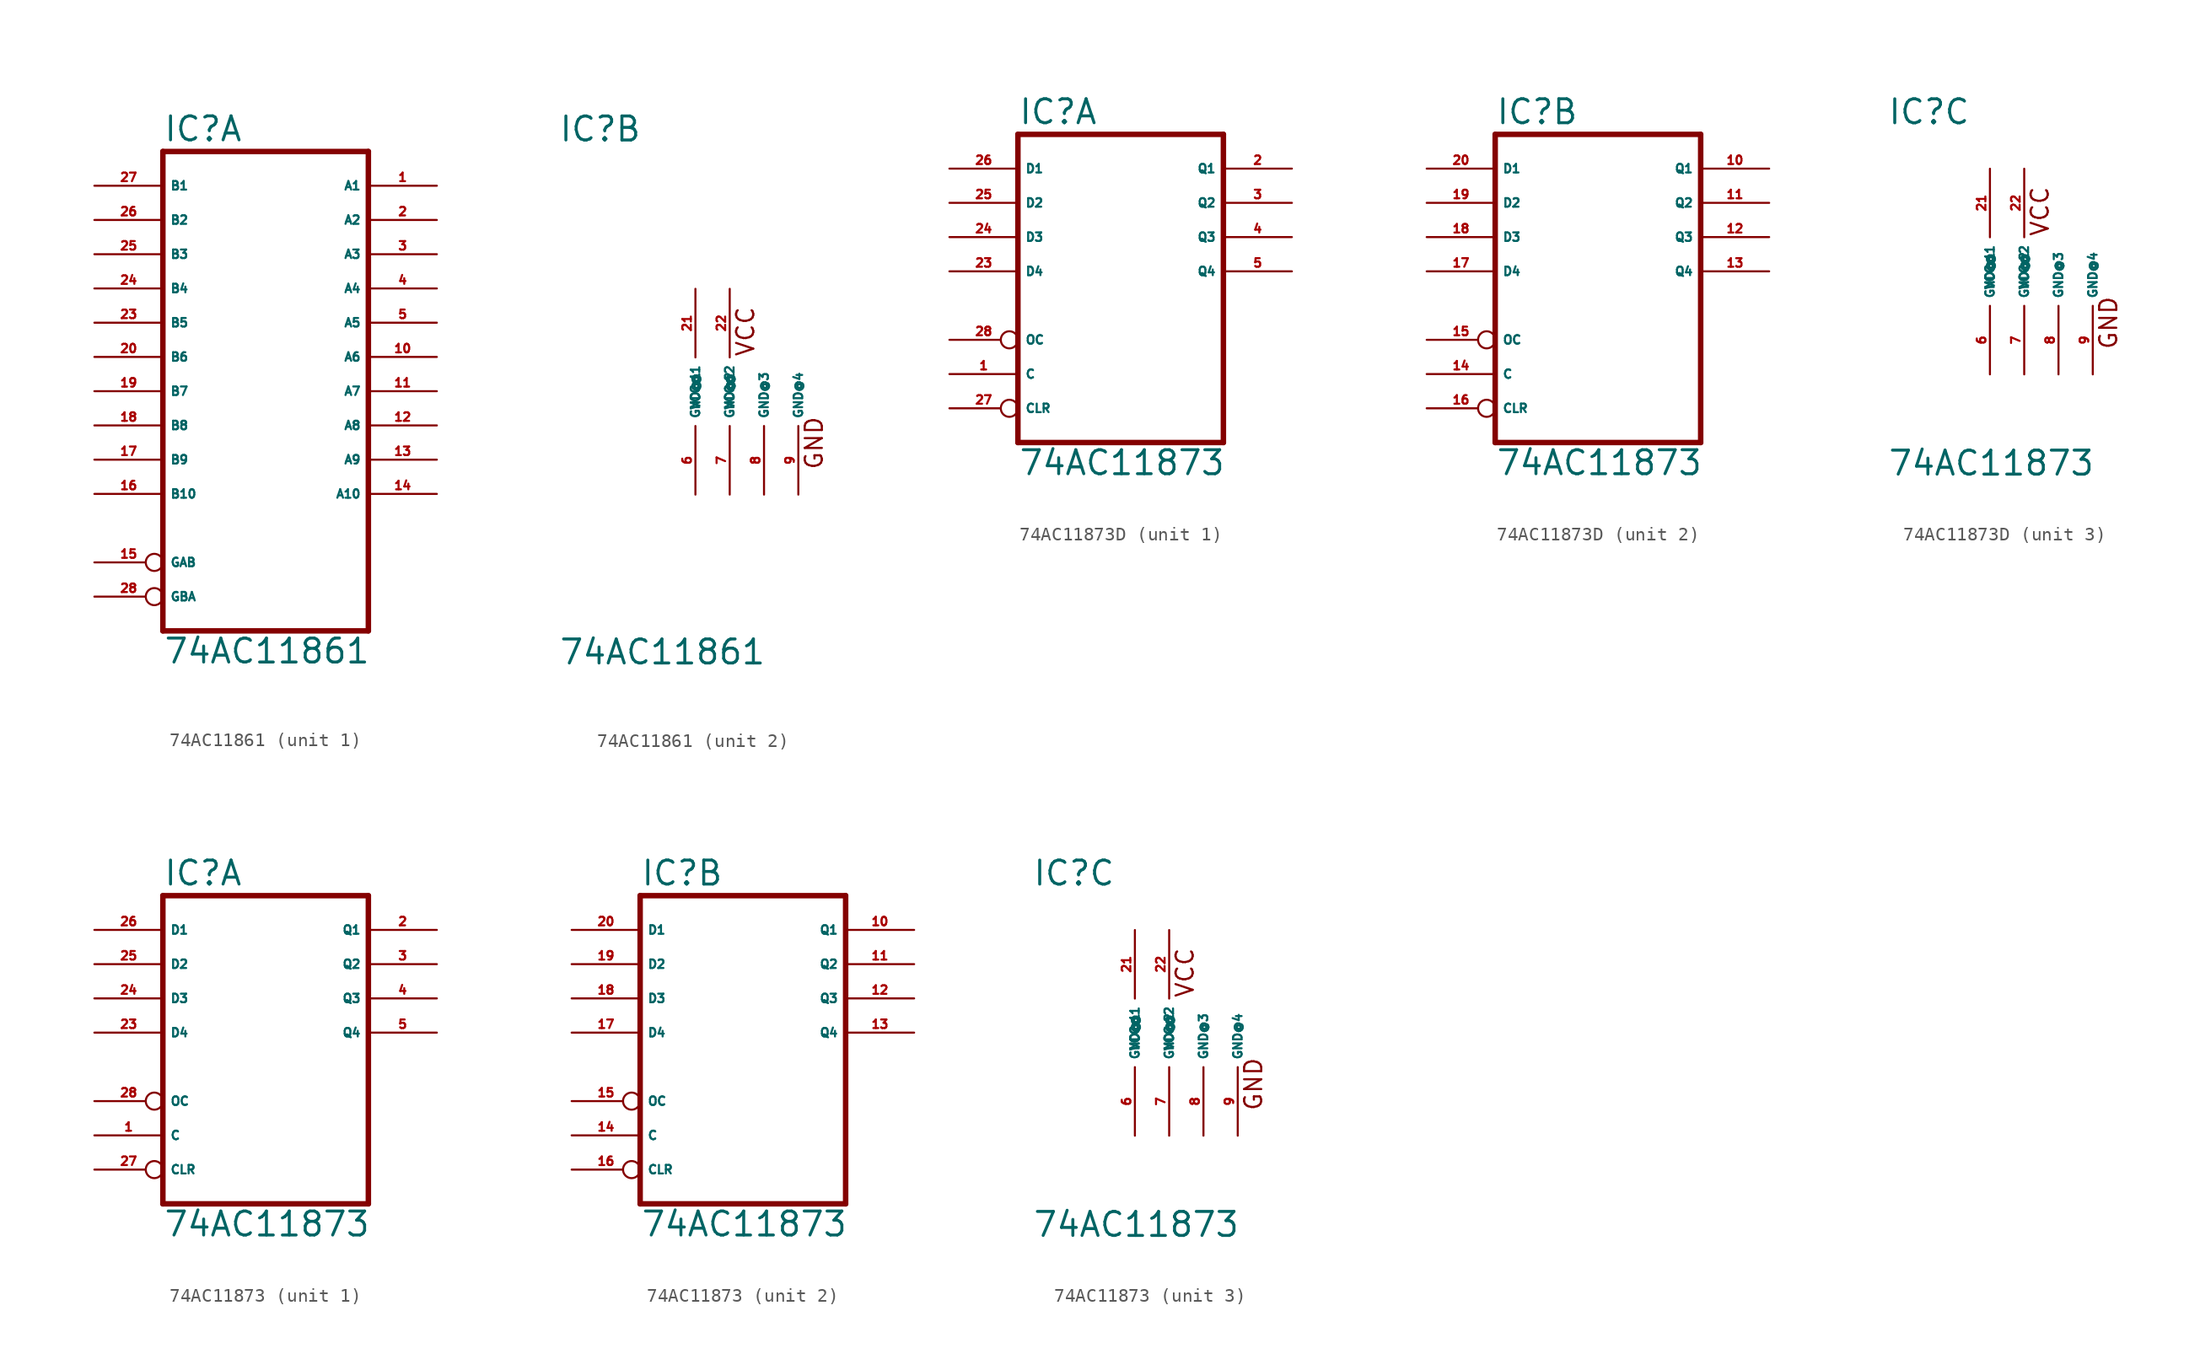
<source format=kicad_sym>
(kicad_symbol_lib
  (version 20220914)
  (generator Eagle2Kicad)
  (symbol "74AC11861"
    (property "Reference" "IC"
      (at -10.16 18.415 0)
      (effects (font (size 1.778 1.778) (thickness 0.22)) (justify left bottom)))
    (property "Value" "74AC11861"
      (at -10.16 -20.32 0)
      (effects (font (size 1.778 1.778) (thickness 0.22)) (justify left bottom)))
    (symbol "74AC11861_1_0"
      (polyline (pts (xy -10.16 -17.78) (xy 5.08 -17.78)) (stroke (width 0.406) (type default)) (fill (type none)))
      (polyline (pts (xy 5.08 -17.78) (xy 5.08 17.78)) (stroke (width 0.406) (type default)) (fill (type none)))
      (polyline (pts (xy 5.08 17.78) (xy -10.16 17.78)) (stroke (width 0.406) (type default)) (fill (type none)))
      (polyline (pts (xy -10.16 17.78) (xy -10.16 -17.78)) (stroke (width 0.406) (type default)) (fill (type none)))
      (pin tri_state line (at 10.16 15.24 180) (length 5.08) (name "A1" (effects (font (size 0.635 0.635) (thickness 0.08)) (justify left bottom))) (number "1" (effects (font (size 0.635 0.635) (thickness 0.08)) (justify left bottom))))
      (pin tri_state line (at 10.16 12.7 180) (length 5.08) (name "A2" (effects (font (size 0.635 0.635) (thickness 0.08)) (justify left bottom))) (number "2" (effects (font (size 0.635 0.635) (thickness 0.08)) (justify left bottom))))
      (pin tri_state line (at 10.16 10.16 180) (length 5.08) (name "A3" (effects (font (size 0.635 0.635) (thickness 0.08)) (justify left bottom))) (number "3" (effects (font (size 0.635 0.635) (thickness 0.08)) (justify left bottom))))
      (pin tri_state line (at 10.16 7.62 180) (length 5.08) (name "A4" (effects (font (size 0.635 0.635) (thickness 0.08)) (justify left bottom))) (number "4" (effects (font (size 0.635 0.635) (thickness 0.08)) (justify left bottom))))
      (pin tri_state line (at 10.16 5.08 180) (length 5.08) (name "A5" (effects (font (size 0.635 0.635) (thickness 0.08)) (justify left bottom))) (number "5" (effects (font (size 0.635 0.635) (thickness 0.08)) (justify left bottom))))
      (pin tri_state line (at 10.16 2.54 180) (length 5.08) (name "A6" (effects (font (size 0.635 0.635) (thickness 0.08)) (justify left bottom))) (number "10" (effects (font (size 0.635 0.635) (thickness 0.08)) (justify left bottom))))
      (pin tri_state line (at 10.16 0 180) (length 5.08) (name "A7" (effects (font (size 0.635 0.635) (thickness 0.08)) (justify left bottom))) (number "11" (effects (font (size 0.635 0.635) (thickness 0.08)) (justify left bottom))))
      (pin tri_state line (at 10.16 -2.54 180) (length 5.08) (name "A8" (effects (font (size 0.635 0.635) (thickness 0.08)) (justify left bottom))) (number "12" (effects (font (size 0.635 0.635) (thickness 0.08)) (justify left bottom))))
      (pin tri_state line (at 10.16 -5.08 180) (length 5.08) (name "A9" (effects (font (size 0.635 0.635) (thickness 0.08)) (justify left bottom))) (number "13" (effects (font (size 0.635 0.635) (thickness 0.08)) (justify left bottom))))
      (pin tri_state line (at 10.16 -7.62 180) (length 5.08) (name "A10" (effects (font (size 0.635 0.635) (thickness 0.08)) (justify left bottom))) (number "14" (effects (font (size 0.635 0.635) (thickness 0.08)) (justify left bottom))))
      (pin input inverted (at -15.24 -12.7 0) (length 5.08) (name "GAB" (effects (font (size 0.635 0.635) (thickness 0.08)) (justify left bottom))) (number "15" (effects (font (size 0.635 0.635) (thickness 0.08)) (justify left bottom))))
      (pin input line (at -15.24 -7.62 0) (length 5.08) (name "B10" (effects (font (size 0.635 0.635) (thickness 0.08)) (justify left bottom))) (number "16" (effects (font (size 0.635 0.635) (thickness 0.08)) (justify left bottom))))
      (pin input line (at -15.24 -5.08 0) (length 5.08) (name "B9" (effects (font (size 0.635 0.635) (thickness 0.08)) (justify left bottom))) (number "17" (effects (font (size 0.635 0.635) (thickness 0.08)) (justify left bottom))))
      (pin input line (at -15.24 -2.54 0) (length 5.08) (name "B8" (effects (font (size 0.635 0.635) (thickness 0.08)) (justify left bottom))) (number "18" (effects (font (size 0.635 0.635) (thickness 0.08)) (justify left bottom))))
      (pin input line (at -15.24 0 0) (length 5.08) (name "B7" (effects (font (size 0.635 0.635) (thickness 0.08)) (justify left bottom))) (number "19" (effects (font (size 0.635 0.635) (thickness 0.08)) (justify left bottom))))
      (pin input line (at -15.24 2.54 0) (length 5.08) (name "B6" (effects (font (size 0.635 0.635) (thickness 0.08)) (justify left bottom))) (number "20" (effects (font (size 0.635 0.635) (thickness 0.08)) (justify left bottom))))
      (pin input line (at -15.24 5.08 0) (length 5.08) (name "B5" (effects (font (size 0.635 0.635) (thickness 0.08)) (justify left bottom))) (number "23" (effects (font (size 0.635 0.635) (thickness 0.08)) (justify left bottom))))
      (pin input line (at -15.24 7.62 0) (length 5.08) (name "B4" (effects (font (size 0.635 0.635) (thickness 0.08)) (justify left bottom))) (number "24" (effects (font (size 0.635 0.635) (thickness 0.08)) (justify left bottom))))
      (pin input line (at -15.24 10.16 0) (length 5.08) (name "B3" (effects (font (size 0.635 0.635) (thickness 0.08)) (justify left bottom))) (number "25" (effects (font (size 0.635 0.635) (thickness 0.08)) (justify left bottom))))
      (pin input line (at -15.24 12.7 0) (length 5.08) (name "B2" (effects (font (size 0.635 0.635) (thickness 0.08)) (justify left bottom))) (number "26" (effects (font (size 0.635 0.635) (thickness 0.08)) (justify left bottom))))
      (pin input line (at -15.24 15.24 0) (length 5.08) (name "B1" (effects (font (size 0.635 0.635) (thickness 0.08)) (justify left bottom))) (number "27" (effects (font (size 0.635 0.635) (thickness 0.08)) (justify left bottom))))
      (pin input inverted (at -15.24 -15.24 0) (length 5.08) (name "GBA" (effects (font (size 0.635 0.635) (thickness 0.08)) (justify left bottom))) (number "28" (effects (font (size 0.635 0.635) (thickness 0.08)) (justify left bottom)))))
    (symbol "74AC11861_2_0"
      (text "VCC" (at 4.445 2.54 900) (effects (font (size 1.27 1.27) (thickness 0.16)) (justify left bottom)))
      (text "GND" (at 9.525 -5.842 900) (effects (font (size 1.27 1.27) (thickness 0.16)) (justify left bottom)))
      (pin unspecified line (at 0 -7.62 90) (length 5.08) (name "GND@1" (effects (font (size 0.635 0.635) (thickness 0.08)) (justify left bottom))) (number "6" (effects (font (size 0.635 0.635) (thickness 0.08)) (justify left bottom))))
      (pin unspecified line (at 2.54 -7.62 90) (length 5.08) (name "GND@2" (effects (font (size 0.635 0.635) (thickness 0.08)) (justify left bottom))) (number "7" (effects (font (size 0.635 0.635) (thickness 0.08)) (justify left bottom))))
      (pin unspecified line (at 5.08 -7.62 90) (length 5.08) (name "GND@3" (effects (font (size 0.635 0.635) (thickness 0.08)) (justify left bottom))) (number "8" (effects (font (size 0.635 0.635) (thickness 0.08)) (justify left bottom))))
      (pin unspecified line (at 7.62 -7.62 90) (length 5.08) (name "GND@4" (effects (font (size 0.635 0.635) (thickness 0.08)) (justify left bottom))) (number "9" (effects (font (size 0.635 0.635) (thickness 0.08)) (justify left bottom))))
      (pin unspecified line (at 0 7.62 270) (length 5.08) (name "VCC@1" (effects (font (size 0.635 0.635) (thickness 0.08)) (justify left bottom))) (number "21" (effects (font (size 0.635 0.635) (thickness 0.08)) (justify left bottom))))
      (pin unspecified line (at 2.54 7.62 270) (length 5.08) (name "VCC@2" (effects (font (size 0.635 0.635) (thickness 0.08)) (justify left bottom))) (number "22" (effects (font (size 0.635 0.635) (thickness 0.08)) (justify left bottom))))))
  (symbol "74AC11873D"
    (property "Reference" "IC"
      (at -7.62 10.795 0)
      (effects (font (size 1.778 1.778) (thickness 0.22)) (justify left bottom)))
    (property "Value" "74AC11873"
      (at -7.62 -15.24 0)
      (effects (font (size 1.778 1.778) (thickness 0.22)) (justify left bottom)))
    (symbol "74AC11873D_1_0"
      (polyline (pts (xy -7.62 10.16) (xy -7.62 -12.7)) (stroke (width 0.406) (type default)) (fill (type none)))
      (polyline (pts (xy 7.62 -12.7) (xy -7.62 -12.7)) (stroke (width 0.406) (type default)) (fill (type none)))
      (polyline (pts (xy 7.62 -12.7) (xy 7.62 10.16)) (stroke (width 0.406) (type default)) (fill (type none)))
      (polyline (pts (xy -7.62 10.16) (xy 7.62 10.16)) (stroke (width 0.406) (type default)) (fill (type none)))
      (pin input line (at -12.7 7.62 0) (length 5.08) (name "D1" (effects (font (size 0.635 0.635) (thickness 0.08)) (justify left bottom))) (number "26" (effects (font (size 0.635 0.635) (thickness 0.08)) (justify left bottom))))
      (pin input line (at -12.7 5.08 0) (length 5.08) (name "D2" (effects (font (size 0.635 0.635) (thickness 0.08)) (justify left bottom))) (number "25" (effects (font (size 0.635 0.635) (thickness 0.08)) (justify left bottom))))
      (pin input line (at -12.7 2.54 0) (length 5.08) (name "D3" (effects (font (size 0.635 0.635) (thickness 0.08)) (justify left bottom))) (number "24" (effects (font (size 0.635 0.635) (thickness 0.08)) (justify left bottom))))
      (pin input line (at -12.7 0 0) (length 5.08) (name "D4" (effects (font (size 0.635 0.635) (thickness 0.08)) (justify left bottom))) (number "23" (effects (font (size 0.635 0.635) (thickness 0.08)) (justify left bottom))))
      (pin tri_state line (at 12.7 7.62 180) (length 5.08) (name "Q1" (effects (font (size 0.635 0.635) (thickness 0.08)) (justify left bottom))) (number "2" (effects (font (size 0.635 0.635) (thickness 0.08)) (justify left bottom))))
      (pin tri_state line (at 12.7 5.08 180) (length 5.08) (name "Q2" (effects (font (size 0.635 0.635) (thickness 0.08)) (justify left bottom))) (number "3" (effects (font (size 0.635 0.635) (thickness 0.08)) (justify left bottom))))
      (pin tri_state line (at 12.7 2.54 180) (length 5.08) (name "Q3" (effects (font (size 0.635 0.635) (thickness 0.08)) (justify left bottom))) (number "4" (effects (font (size 0.635 0.635) (thickness 0.08)) (justify left bottom))))
      (pin tri_state line (at 12.7 0 180) (length 5.08) (name "Q4" (effects (font (size 0.635 0.635) (thickness 0.08)) (justify left bottom))) (number "5" (effects (font (size 0.635 0.635) (thickness 0.08)) (justify left bottom))))
      (pin input inverted (at -12.7 -5.08 0) (length 5.08) (name "OC" (effects (font (size 0.635 0.635) (thickness 0.08)) (justify left bottom))) (number "28" (effects (font (size 0.635 0.635) (thickness 0.08)) (justify left bottom))))
      (pin input line (at -12.7 -7.62 0) (length 5.08) (name "C" (effects (font (size 0.635 0.635) (thickness 0.08)) (justify left bottom))) (number "1" (effects (font (size 0.635 0.635) (thickness 0.08)) (justify left bottom))))
      (pin input inverted (at -12.7 -10.16 0) (length 5.08) (name "CLR" (effects (font (size 0.635 0.635) (thickness 0.08)) (justify left bottom))) (number "27" (effects (font (size 0.635 0.635) (thickness 0.08)) (justify left bottom)))))
    (symbol "74AC11873D_2_0"
      (polyline (pts (xy -7.62 10.16) (xy -7.62 -12.7)) (stroke (width 0.406) (type default)) (fill (type none)))
      (polyline (pts (xy 7.62 -12.7) (xy -7.62 -12.7)) (stroke (width 0.406) (type default)) (fill (type none)))
      (polyline (pts (xy 7.62 -12.7) (xy 7.62 10.16)) (stroke (width 0.406) (type default)) (fill (type none)))
      (polyline (pts (xy -7.62 10.16) (xy 7.62 10.16)) (stroke (width 0.406) (type default)) (fill (type none)))
      (pin input line (at -12.7 7.62 0) (length 5.08) (name "D1" (effects (font (size 0.635 0.635) (thickness 0.08)) (justify left bottom))) (number "20" (effects (font (size 0.635 0.635) (thickness 0.08)) (justify left bottom))))
      (pin input line (at -12.7 5.08 0) (length 5.08) (name "D2" (effects (font (size 0.635 0.635) (thickness 0.08)) (justify left bottom))) (number "19" (effects (font (size 0.635 0.635) (thickness 0.08)) (justify left bottom))))
      (pin input line (at -12.7 2.54 0) (length 5.08) (name "D3" (effects (font (size 0.635 0.635) (thickness 0.08)) (justify left bottom))) (number "18" (effects (font (size 0.635 0.635) (thickness 0.08)) (justify left bottom))))
      (pin input line (at -12.7 0 0) (length 5.08) (name "D4" (effects (font (size 0.635 0.635) (thickness 0.08)) (justify left bottom))) (number "17" (effects (font (size 0.635 0.635) (thickness 0.08)) (justify left bottom))))
      (pin tri_state line (at 12.7 7.62 180) (length 5.08) (name "Q1" (effects (font (size 0.635 0.635) (thickness 0.08)) (justify left bottom))) (number "10" (effects (font (size 0.635 0.635) (thickness 0.08)) (justify left bottom))))
      (pin tri_state line (at 12.7 5.08 180) (length 5.08) (name "Q2" (effects (font (size 0.635 0.635) (thickness 0.08)) (justify left bottom))) (number "11" (effects (font (size 0.635 0.635) (thickness 0.08)) (justify left bottom))))
      (pin tri_state line (at 12.7 2.54 180) (length 5.08) (name "Q3" (effects (font (size 0.635 0.635) (thickness 0.08)) (justify left bottom))) (number "12" (effects (font (size 0.635 0.635) (thickness 0.08)) (justify left bottom))))
      (pin tri_state line (at 12.7 0 180) (length 5.08) (name "Q4" (effects (font (size 0.635 0.635) (thickness 0.08)) (justify left bottom))) (number "13" (effects (font (size 0.635 0.635) (thickness 0.08)) (justify left bottom))))
      (pin input inverted (at -12.7 -5.08 0) (length 5.08) (name "OC" (effects (font (size 0.635 0.635) (thickness 0.08)) (justify left bottom))) (number "15" (effects (font (size 0.635 0.635) (thickness 0.08)) (justify left bottom))))
      (pin input line (at -12.7 -7.62 0) (length 5.08) (name "C" (effects (font (size 0.635 0.635) (thickness 0.08)) (justify left bottom))) (number "14" (effects (font (size 0.635 0.635) (thickness 0.08)) (justify left bottom))))
      (pin input inverted (at -12.7 -10.16 0) (length 5.08) (name "CLR" (effects (font (size 0.635 0.635) (thickness 0.08)) (justify left bottom))) (number "16" (effects (font (size 0.635 0.635) (thickness 0.08)) (justify left bottom)))))
    (symbol "74AC11873D_3_0"
      (text "VCC" (at 4.445 2.54 900) (effects (font (size 1.27 1.27) (thickness 0.16)) (justify left bottom)))
      (text "GND" (at 9.525 -5.842 900) (effects (font (size 1.27 1.27) (thickness 0.16)) (justify left bottom)))
      (pin unspecified line (at 0 -7.62 90) (length 5.08) (name "GND@1" (effects (font (size 0.635 0.635) (thickness 0.08)) (justify left bottom))) (number "6" (effects (font (size 0.635 0.635) (thickness 0.08)) (justify left bottom))))
      (pin unspecified line (at 2.54 -7.62 90) (length 5.08) (name "GND@2" (effects (font (size 0.635 0.635) (thickness 0.08)) (justify left bottom))) (number "7" (effects (font (size 0.635 0.635) (thickness 0.08)) (justify left bottom))))
      (pin unspecified line (at 5.08 -7.62 90) (length 5.08) (name "GND@3" (effects (font (size 0.635 0.635) (thickness 0.08)) (justify left bottom))) (number "8" (effects (font (size 0.635 0.635) (thickness 0.08)) (justify left bottom))))
      (pin unspecified line (at 7.62 -7.62 90) (length 5.08) (name "GND@4" (effects (font (size 0.635 0.635) (thickness 0.08)) (justify left bottom))) (number "9" (effects (font (size 0.635 0.635) (thickness 0.08)) (justify left bottom))))
      (pin unspecified line (at 0 7.62 270) (length 5.08) (name "VCC@1" (effects (font (size 0.635 0.635) (thickness 0.08)) (justify left bottom))) (number "21" (effects (font (size 0.635 0.635) (thickness 0.08)) (justify left bottom))))
      (pin unspecified line (at 2.54 7.62 270) (length 5.08) (name "VCC@2" (effects (font (size 0.635 0.635) (thickness 0.08)) (justify left bottom))) (number "22" (effects (font (size 0.635 0.635) (thickness 0.08)) (justify left bottom))))))
  (symbol "74AC11873"
    (property "Reference" "IC"
      (at -7.62 10.795 0)
      (effects (font (size 1.778 1.778) (thickness 0.22)) (justify left bottom)))
    (property "Value" "74AC11873"
      (at -7.62 -15.24 0)
      (effects (font (size 1.778 1.778) (thickness 0.22)) (justify left bottom)))
    (symbol "74AC11873_1_0"
      (polyline (pts (xy -7.62 10.16) (xy -7.62 -12.7)) (stroke (width 0.406) (type default)) (fill (type none)))
      (polyline (pts (xy 7.62 -12.7) (xy -7.62 -12.7)) (stroke (width 0.406) (type default)) (fill (type none)))
      (polyline (pts (xy 7.62 -12.7) (xy 7.62 10.16)) (stroke (width 0.406) (type default)) (fill (type none)))
      (polyline (pts (xy -7.62 10.16) (xy 7.62 10.16)) (stroke (width 0.406) (type default)) (fill (type none)))
      (pin input line (at -12.7 7.62 0) (length 5.08) (name "D1" (effects (font (size 0.635 0.635) (thickness 0.08)) (justify left bottom))) (number "26" (effects (font (size 0.635 0.635) (thickness 0.08)) (justify left bottom))))
      (pin input line (at -12.7 5.08 0) (length 5.08) (name "D2" (effects (font (size 0.635 0.635) (thickness 0.08)) (justify left bottom))) (number "25" (effects (font (size 0.635 0.635) (thickness 0.08)) (justify left bottom))))
      (pin input line (at -12.7 2.54 0) (length 5.08) (name "D3" (effects (font (size 0.635 0.635) (thickness 0.08)) (justify left bottom))) (number "24" (effects (font (size 0.635 0.635) (thickness 0.08)) (justify left bottom))))
      (pin input line (at -12.7 0 0) (length 5.08) (name "D4" (effects (font (size 0.635 0.635) (thickness 0.08)) (justify left bottom))) (number "23" (effects (font (size 0.635 0.635) (thickness 0.08)) (justify left bottom))))
      (pin tri_state line (at 12.7 7.62 180) (length 5.08) (name "Q1" (effects (font (size 0.635 0.635) (thickness 0.08)) (justify left bottom))) (number "2" (effects (font (size 0.635 0.635) (thickness 0.08)) (justify left bottom))))
      (pin tri_state line (at 12.7 5.08 180) (length 5.08) (name "Q2" (effects (font (size 0.635 0.635) (thickness 0.08)) (justify left bottom))) (number "3" (effects (font (size 0.635 0.635) (thickness 0.08)) (justify left bottom))))
      (pin tri_state line (at 12.7 2.54 180) (length 5.08) (name "Q3" (effects (font (size 0.635 0.635) (thickness 0.08)) (justify left bottom))) (number "4" (effects (font (size 0.635 0.635) (thickness 0.08)) (justify left bottom))))
      (pin tri_state line (at 12.7 0 180) (length 5.08) (name "Q4" (effects (font (size 0.635 0.635) (thickness 0.08)) (justify left bottom))) (number "5" (effects (font (size 0.635 0.635) (thickness 0.08)) (justify left bottom))))
      (pin input inverted (at -12.7 -5.08 0) (length 5.08) (name "OC" (effects (font (size 0.635 0.635) (thickness 0.08)) (justify left bottom))) (number "28" (effects (font (size 0.635 0.635) (thickness 0.08)) (justify left bottom))))
      (pin input line (at -12.7 -7.62 0) (length 5.08) (name "C" (effects (font (size 0.635 0.635) (thickness 0.08)) (justify left bottom))) (number "1" (effects (font (size 0.635 0.635) (thickness 0.08)) (justify left bottom))))
      (pin input inverted (at -12.7 -10.16 0) (length 5.08) (name "CLR" (effects (font (size 0.635 0.635) (thickness 0.08)) (justify left bottom))) (number "27" (effects (font (size 0.635 0.635) (thickness 0.08)) (justify left bottom)))))
    (symbol "74AC11873_2_0"
      (polyline (pts (xy -7.62 10.16) (xy -7.62 -12.7)) (stroke (width 0.406) (type default)) (fill (type none)))
      (polyline (pts (xy 7.62 -12.7) (xy -7.62 -12.7)) (stroke (width 0.406) (type default)) (fill (type none)))
      (polyline (pts (xy 7.62 -12.7) (xy 7.62 10.16)) (stroke (width 0.406) (type default)) (fill (type none)))
      (polyline (pts (xy -7.62 10.16) (xy 7.62 10.16)) (stroke (width 0.406) (type default)) (fill (type none)))
      (pin input line (at -12.7 7.62 0) (length 5.08) (name "D1" (effects (font (size 0.635 0.635) (thickness 0.08)) (justify left bottom))) (number "20" (effects (font (size 0.635 0.635) (thickness 0.08)) (justify left bottom))))
      (pin input line (at -12.7 5.08 0) (length 5.08) (name "D2" (effects (font (size 0.635 0.635) (thickness 0.08)) (justify left bottom))) (number "19" (effects (font (size 0.635 0.635) (thickness 0.08)) (justify left bottom))))
      (pin input line (at -12.7 2.54 0) (length 5.08) (name "D3" (effects (font (size 0.635 0.635) (thickness 0.08)) (justify left bottom))) (number "18" (effects (font (size 0.635 0.635) (thickness 0.08)) (justify left bottom))))
      (pin input line (at -12.7 0 0) (length 5.08) (name "D4" (effects (font (size 0.635 0.635) (thickness 0.08)) (justify left bottom))) (number "17" (effects (font (size 0.635 0.635) (thickness 0.08)) (justify left bottom))))
      (pin tri_state line (at 12.7 7.62 180) (length 5.08) (name "Q1" (effects (font (size 0.635 0.635) (thickness 0.08)) (justify left bottom))) (number "10" (effects (font (size 0.635 0.635) (thickness 0.08)) (justify left bottom))))
      (pin tri_state line (at 12.7 5.08 180) (length 5.08) (name "Q2" (effects (font (size 0.635 0.635) (thickness 0.08)) (justify left bottom))) (number "11" (effects (font (size 0.635 0.635) (thickness 0.08)) (justify left bottom))))
      (pin tri_state line (at 12.7 2.54 180) (length 5.08) (name "Q3" (effects (font (size 0.635 0.635) (thickness 0.08)) (justify left bottom))) (number "12" (effects (font (size 0.635 0.635) (thickness 0.08)) (justify left bottom))))
      (pin tri_state line (at 12.7 0 180) (length 5.08) (name "Q4" (effects (font (size 0.635 0.635) (thickness 0.08)) (justify left bottom))) (number "13" (effects (font (size 0.635 0.635) (thickness 0.08)) (justify left bottom))))
      (pin input inverted (at -12.7 -5.08 0) (length 5.08) (name "OC" (effects (font (size 0.635 0.635) (thickness 0.08)) (justify left bottom))) (number "15" (effects (font (size 0.635 0.635) (thickness 0.08)) (justify left bottom))))
      (pin input line (at -12.7 -7.62 0) (length 5.08) (name "C" (effects (font (size 0.635 0.635) (thickness 0.08)) (justify left bottom))) (number "14" (effects (font (size 0.635 0.635) (thickness 0.08)) (justify left bottom))))
      (pin input inverted (at -12.7 -10.16 0) (length 5.08) (name "CLR" (effects (font (size 0.635 0.635) (thickness 0.08)) (justify left bottom))) (number "16" (effects (font (size 0.635 0.635) (thickness 0.08)) (justify left bottom)))))
    (symbol "74AC11873_3_0"
      (text "VCC" (at 4.445 2.54 900) (effects (font (size 1.27 1.27) (thickness 0.16)) (justify left bottom)))
      (text "GND" (at 9.525 -5.842 900) (effects (font (size 1.27 1.27) (thickness 0.16)) (justify left bottom)))
      (pin unspecified line (at 0 -7.62 90) (length 5.08) (name "GND@1" (effects (font (size 0.635 0.635) (thickness 0.08)) (justify left bottom))) (number "6" (effects (font (size 0.635 0.635) (thickness 0.08)) (justify left bottom))))
      (pin unspecified line (at 2.54 -7.62 90) (length 5.08) (name "GND@2" (effects (font (size 0.635 0.635) (thickness 0.08)) (justify left bottom))) (number "7" (effects (font (size 0.635 0.635) (thickness 0.08)) (justify left bottom))))
      (pin unspecified line (at 5.08 -7.62 90) (length 5.08) (name "GND@3" (effects (font (size 0.635 0.635) (thickness 0.08)) (justify left bottom))) (number "8" (effects (font (size 0.635 0.635) (thickness 0.08)) (justify left bottom))))
      (pin unspecified line (at 7.62 -7.62 90) (length 5.08) (name "GND@4" (effects (font (size 0.635 0.635) (thickness 0.08)) (justify left bottom))) (number "9" (effects (font (size 0.635 0.635) (thickness 0.08)) (justify left bottom))))
      (pin unspecified line (at 0 7.62 270) (length 5.08) (name "VCC@1" (effects (font (size 0.635 0.635) (thickness 0.08)) (justify left bottom))) (number "21" (effects (font (size 0.635 0.635) (thickness 0.08)) (justify left bottom))))
      (pin unspecified line (at 2.54 7.62 270) (length 5.08) (name "VCC@2" (effects (font (size 0.635 0.635) (thickness 0.08)) (justify left bottom))) (number "22" (effects (font (size 0.635 0.635) (thickness 0.08)) (justify left bottom)))))))
</source>
